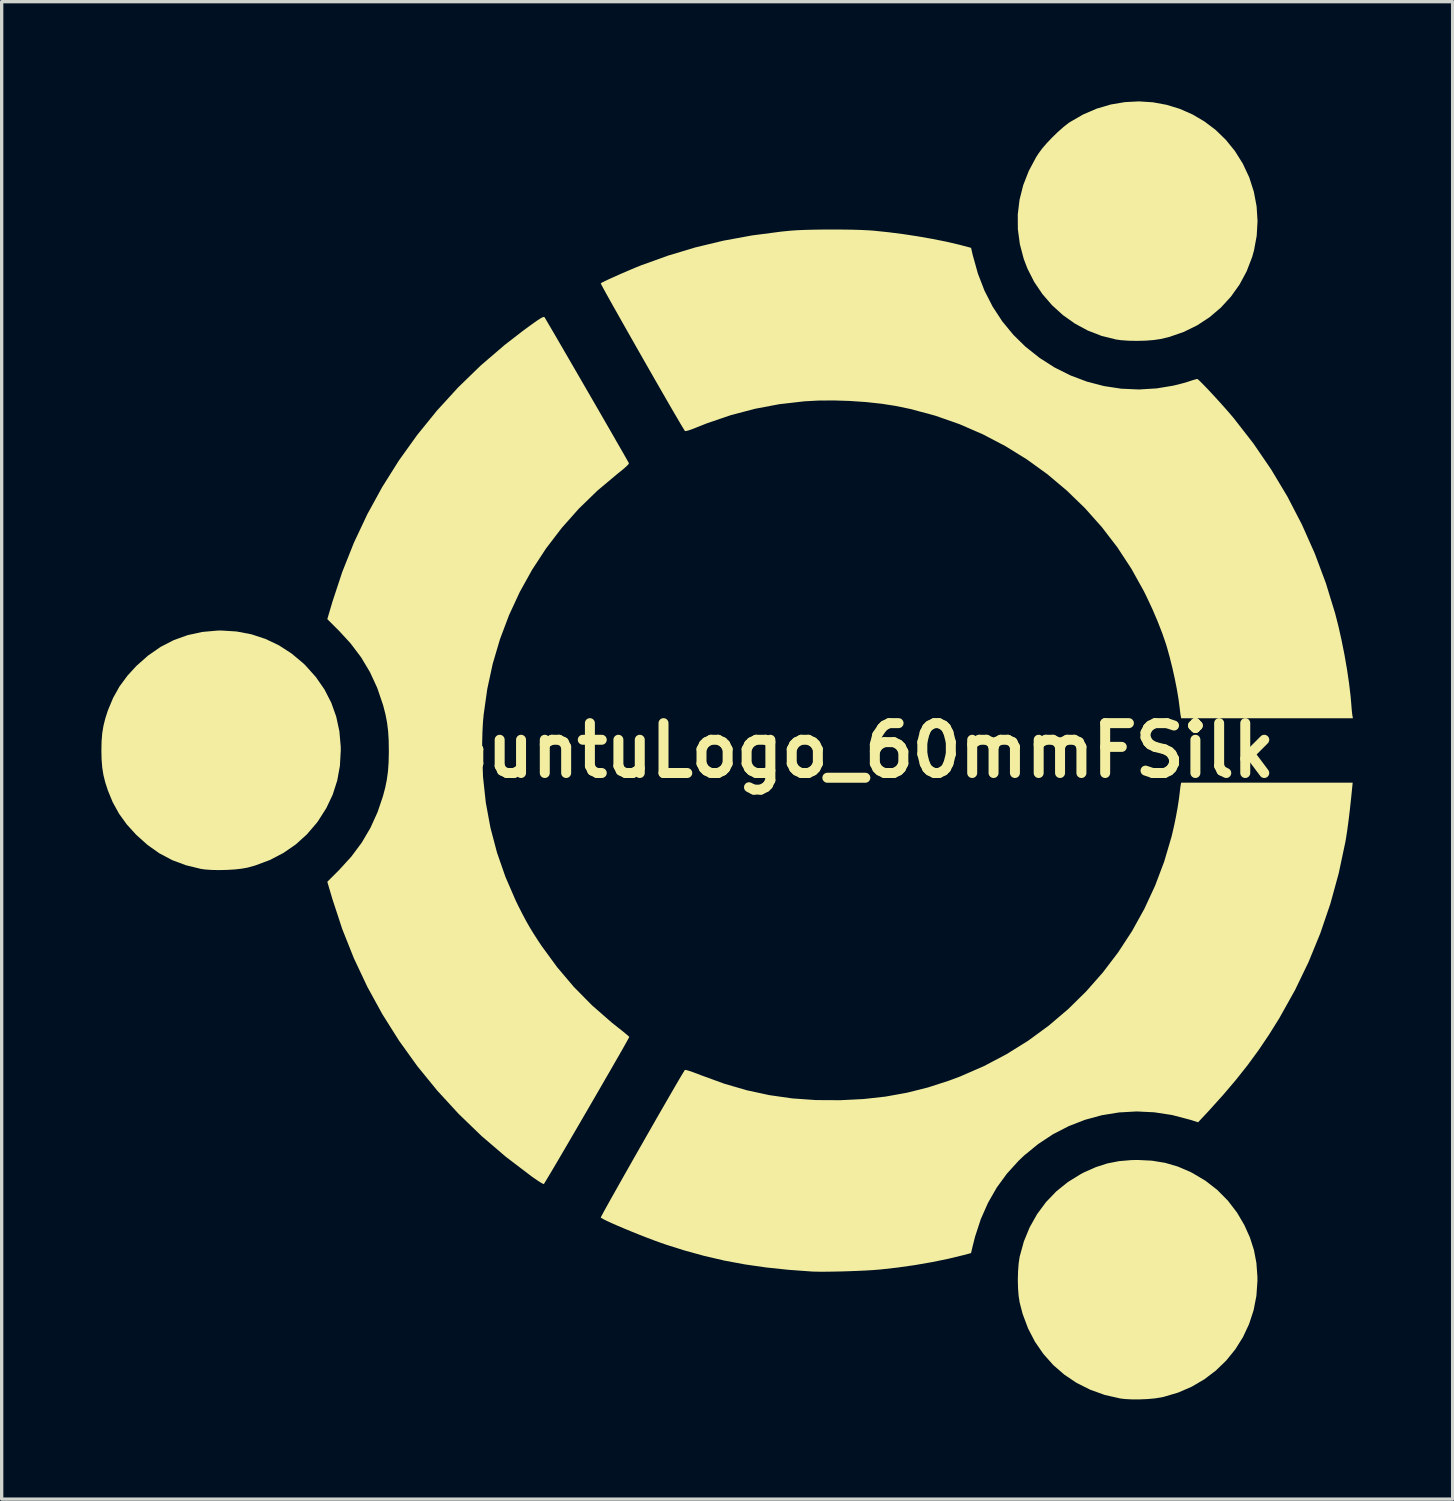
<source format=kicad_pcb>
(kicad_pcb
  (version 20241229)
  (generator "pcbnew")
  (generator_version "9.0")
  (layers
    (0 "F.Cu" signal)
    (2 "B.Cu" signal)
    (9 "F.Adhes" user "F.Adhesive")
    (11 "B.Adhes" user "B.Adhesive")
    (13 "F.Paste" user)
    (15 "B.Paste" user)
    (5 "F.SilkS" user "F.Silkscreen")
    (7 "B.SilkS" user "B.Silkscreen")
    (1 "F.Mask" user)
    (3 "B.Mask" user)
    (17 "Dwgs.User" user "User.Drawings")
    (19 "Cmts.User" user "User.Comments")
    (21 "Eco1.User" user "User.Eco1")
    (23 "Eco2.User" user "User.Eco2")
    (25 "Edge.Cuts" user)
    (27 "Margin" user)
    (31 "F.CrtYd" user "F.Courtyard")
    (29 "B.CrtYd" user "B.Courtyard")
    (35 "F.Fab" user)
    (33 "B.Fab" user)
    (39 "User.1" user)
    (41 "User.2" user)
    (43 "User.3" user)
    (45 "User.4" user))
  (footprint "UbuntuLogo_60mmFSilk"
    (layer "F.Cu")
    (at 21.981 19.525)
    (property "Reference" "UbuntuLogo_60mmFSilk" (at 0 0 0) (layer "F.SilkS") (effects (font (size 1.5 1.5) (thickness 0.3))))
    (attr board_only exclude_from_pos_files exclude_from_bom)
    (fp_poly (pts (xy 9.651 -19.498) (xy 10.062 -19.422) (xy 10.461 -19.3) (xy 10.842 -19.132) (xy 11.203 -18.92) (xy 11.539 -18.665) (xy 11.845 -18.368) (xy 12.118 -18.031) (xy 12.354 -17.654) (xy 12.548 -17.24) (xy 12.551 -17.232) (xy 12.687 -16.807) (xy 12.77 -16.368) (xy 12.798 -15.921) (xy 12.772 -15.476) (xy 12.691 -15.039) (xy 12.635 -14.841) (xy 12.47 -14.413) (xy 12.256 -14.015) (xy 11.997 -13.651) (xy 11.696 -13.323) (xy 11.358 -13.035) (xy 10.985 -12.79) (xy 10.581 -12.591) (xy 10.149 -12.441) (xy 9.887 -12.378) (xy 9.682 -12.347) (xy 9.441 -12.328) (xy 9.181 -12.321) (xy 8.925 -12.325) (xy 8.69 -12.342) (xy 8.54 -12.363) (xy 8.106 -12.471) (xy 7.693 -12.631) (xy 7.304 -12.841) (xy 6.944 -13.096) (xy 6.617 -13.393) (xy 6.327 -13.728) (xy 6.078 -14.097) (xy 5.875 -14.498) (xy 5.765 -14.786) (xy 5.648 -15.23) (xy 5.588 -15.677) (xy 5.585 -16.124) (xy 5.639 -16.568) (xy 5.749 -17.005) (xy 5.916 -17.432) (xy 6.137 -17.846) (xy 6.212 -17.962) (xy 6.318 -18.106) (xy 6.459 -18.27) (xy 6.622 -18.441) (xy 6.793 -18.607) (xy 6.96 -18.755) (xy 7.109 -18.872) (xy 7.146 -18.897) (xy 7.547 -19.129) (xy 7.96 -19.307) (xy 8.381 -19.431) (xy 8.806 -19.503) (xy 9.231 -19.525)) (stroke (width 0) (type solid)) (fill yes) (layer "F.SilkS"))
    (fp_poly (pts (xy -17.915 -3.579) (xy -17.471 -3.495) (xy -17.045 -3.355) (xy -16.64 -3.162) (xy -16.259 -2.916) (xy -15.904 -2.618) (xy -15.837 -2.552) (xy -15.526 -2.204) (xy -15.269 -1.832) (xy -15.066 -1.437) (xy -14.917 -1.018) (xy -14.822 -0.578) (xy -14.781 -0.115) (xy -14.78 0) (xy -14.806 0.464) (xy -14.887 0.906) (xy -15.022 1.328) (xy -15.213 1.731) (xy -15.46 2.12) (xy -15.505 2.181) (xy -15.8 2.525) (xy -16.134 2.827) (xy -16.505 3.083) (xy -16.912 3.295) (xy -17.353 3.46) (xy -17.582 3.524) (xy -17.753 3.555) (xy -17.964 3.579) (xy -18.199 3.593) (xy -18.441 3.599) (xy -18.672 3.594) (xy -18.875 3.579) (xy -18.991 3.562) (xy -19.437 3.453) (xy -19.849 3.3) (xy -20.231 3.098) (xy -20.59 2.845) (xy -20.931 2.54) (xy -21.217 2.226) (xy -21.451 1.901) (xy -21.642 1.554) (xy -21.786 1.203) (xy -21.865 0.959) (xy -21.921 0.734) (xy -21.956 0.51) (xy -21.975 0.267) (xy -21.981 0) (xy -21.975 -0.28) (xy -21.955 -0.522) (xy -21.918 -0.746) (xy -21.861 -0.971) (xy -21.786 -1.203) (xy -21.629 -1.58) (xy -21.436 -1.925) (xy -21.198 -2.248) (xy -20.931 -2.54) (xy -20.577 -2.854) (xy -20.202 -3.114) (xy -19.805 -3.319) (xy -19.387 -3.469) (xy -18.948 -3.565) (xy -18.489 -3.606) (xy -18.375 -3.608)) (stroke (width 0) (type solid)) (fill yes) (layer "F.SilkS"))
    (fp_poly (pts (xy 9.621 12.34) (xy 10.018 12.405) (xy 10.4 12.517) (xy 10.78 12.68) (xy 10.834 12.708) (xy 11.23 12.943) (xy 11.589 13.222) (xy 11.907 13.544) (xy 12.183 13.905) (xy 12.4 14.275) (xy 12.57 14.653) (xy 12.69 15.029) (xy 12.764 15.417) (xy 12.794 15.831) (xy 12.795 15.956) (xy 12.764 16.406) (xy 12.679 16.841) (xy 12.543 17.256) (xy 12.359 17.649) (xy 12.129 18.015) (xy 11.857 18.351) (xy 11.546 18.652) (xy 11.199 18.916) (xy 10.818 19.139) (xy 10.408 19.317) (xy 9.971 19.446) (xy 9.899 19.461) (xy 9.712 19.491) (xy 9.49 19.511) (xy 9.252 19.521) (xy 9.017 19.521) (xy 8.806 19.51) (xy 8.667 19.493) (xy 8.201 19.387) (xy 7.765 19.23) (xy 7.359 19.027) (xy 6.988 18.779) (xy 6.653 18.488) (xy 6.357 18.156) (xy 6.103 17.788) (xy 5.894 17.384) (xy 5.731 16.948) (xy 5.641 16.601) (xy 5.611 16.406) (xy 5.593 16.172) (xy 5.587 15.918) (xy 5.594 15.664) (xy 5.612 15.428) (xy 5.642 15.229) (xy 5.644 15.222) (xy 5.769 14.768) (xy 5.944 14.343) (xy 6.167 13.948) (xy 6.434 13.587) (xy 6.744 13.264) (xy 7.095 12.981) (xy 7.484 12.741) (xy 7.59 12.686) (xy 7.94 12.532) (xy 8.281 12.423) (xy 8.632 12.354) (xy 9.007 12.322) (xy 9.196 12.319)) (stroke (width 0) (type solid)) (fill yes) (layer "F.SilkS"))
    (fp_poly (pts (xy 15.646 1.107) (xy 15.61 1.462) (xy 15.573 1.801) (xy 15.535 2.115) (xy 15.497 2.396) (xy 15.461 2.633) (xy 15.44 2.753) (xy 15.24 3.696) (xy 14.989 4.61) (xy 14.687 5.498) (xy 14.333 6.363) (xy 13.925 7.209) (xy 13.462 8.038) (xy 13.445 8.066) (xy 13.145 8.547) (xy 12.835 9.007) (xy 12.507 9.456) (xy 12.153 9.903) (xy 11.766 10.359) (xy 11.338 10.834) (xy 11.241 10.938) (xy 11.01 11.185) (xy 10.762 11.107) (xy 10.229 10.967) (xy 9.694 10.885) (xy 9.161 10.859) (xy 8.632 10.889) (xy 8.113 10.973) (xy 7.607 11.111) (xy 7.116 11.302) (xy 6.645 11.545) (xy 6.198 11.84) (xy 5.777 12.184) (xy 5.61 12.343) (xy 5.257 12.732) (xy 4.951 13.152) (xy 4.691 13.606) (xy 4.474 14.096) (xy 4.301 14.625) (xy 4.231 14.9) (xy 4.18 15.12) (xy 3.93 15.186) (xy 3.488 15.293) (xy 3.003 15.392) (xy 2.491 15.481) (xy 1.97 15.555) (xy 1.454 15.613) (xy 1.417 15.616) (xy 1.245 15.63) (xy 1.034 15.643) (xy 0.795 15.654) (xy 0.542 15.664) (xy 0.284 15.672) (xy 0.034 15.677) (xy -0.197 15.68) (xy -0.397 15.68) (xy -0.554 15.677) (xy -0.601 15.675) (xy -1.316 15.623) (xy -1.985 15.552) (xy -2.62 15.461) (xy -3.233 15.347) (xy -3.834 15.208) (xy -4.435 15.043) (xy -4.986 14.869) (xy -5.163 14.808) (xy -5.363 14.735) (xy -5.579 14.653) (xy -5.802 14.566) (xy -6.025 14.476) (xy -6.241 14.387) (xy -6.443 14.301) (xy -6.621 14.223) (xy -6.771 14.155) (xy -6.882 14.099) (xy -6.949 14.06) (xy -6.96 14.052) (xy -6.948 14.025) (xy -6.909 13.951) (xy -6.847 13.836) (xy -6.762 13.683) (xy -6.659 13.498) (xy -6.538 13.284) (xy -6.404 13.045) (xy -6.259 12.788) (xy -6.104 12.515) (xy -5.943 12.231) (xy -5.778 11.942) (xy -5.612 11.65) (xy -5.447 11.362) (xy -5.286 11.08) (xy -5.131 10.811) (xy -4.985 10.557) (xy -4.85 10.324) (xy -4.73 10.116) (xy -4.626 9.938) (xy -4.541 9.794) (xy -4.477 9.688) (xy -4.438 9.625) (xy -4.427 9.61) (xy -4.394 9.612) (xy -4.316 9.634) (xy -4.202 9.672) (xy -4.062 9.723) (xy -3.926 9.776) (xy -3.239 10.026) (xy -2.562 10.223) (xy -1.885 10.369) (xy -1.197 10.467) (xy -0.49 10.517) (xy 0.246 10.521) (xy 0.248 10.521) (xy 0.946 10.486) (xy 1.61 10.412) (xy 2.252 10.296) (xy 2.885 10.137) (xy 3.519 9.932) (xy 3.857 9.805) (xy 4.568 9.495) (xy 5.25 9.135) (xy 5.901 8.729) (xy 6.518 8.277) (xy 7.099 7.783) (xy 7.642 7.249) (xy 8.145 6.678) (xy 8.606 6.072) (xy 9.023 5.433) (xy 9.394 4.763) (xy 9.717 4.066) (xy 9.99 3.343) (xy 10.21 2.597) (xy 10.235 2.493) (xy 10.292 2.246) (xy 10.346 1.98) (xy 10.394 1.715) (xy 10.432 1.469) (xy 10.456 1.276) (xy 10.468 1.169) (xy 10.48 1.077) (xy 10.488 1.034) (xy 10.501 0.968) (xy 13.08 0.968) (xy 15.66 0.968)) (stroke (width 0) (type solid)) (fill yes) (layer "F.SilkS"))
    (fp_poly (pts (xy -8.655 -13.037) (xy -8.653 -13.035) (xy -8.635 -13.006) (xy -8.591 -12.931) (xy -8.522 -12.814) (xy -8.432 -12.66) (xy -8.323 -12.474) (xy -8.198 -12.258) (xy -8.059 -12.019) (xy -7.909 -11.761) (xy -7.751 -11.488) (xy -7.587 -11.205) (xy -7.42 -10.916) (xy -7.252 -10.626) (xy -7.086 -10.339) (xy -6.925 -10.06) (xy -6.771 -9.793) (xy -6.627 -9.543) (xy -6.496 -9.314) (xy -6.379 -9.111) (xy -6.28 -8.939) (xy -6.202 -8.801) (xy -6.146 -8.702) (xy -6.116 -8.648) (xy -6.112 -8.639) (xy -6.129 -8.607) (xy -6.187 -8.547) (xy -6.282 -8.463) (xy -6.407 -8.361) (xy -6.458 -8.321) (xy -7.06 -7.816) (xy -7.619 -7.273) (xy -8.133 -6.694) (xy -8.602 -6.081) (xy -9.023 -5.438) (xy -9.396 -4.766) (xy -9.719 -4.069) (xy -9.99 -3.349) (xy -10.209 -2.608) (xy -10.373 -1.85) (xy -10.482 -1.076) (xy -10.499 -0.895) (xy -10.509 -0.743) (xy -10.518 -0.551) (xy -10.524 -0.339) (xy -10.528 -0.126) (xy -10.529 0) (xy -10.501 0.794) (xy -10.417 1.571) (xy -10.276 2.332) (xy -10.079 3.077) (xy -9.825 3.807) (xy -9.515 4.522) (xy -9.443 4.67) (xy -9.317 4.918) (xy -9.205 5.13) (xy -9.095 5.322) (xy -8.978 5.514) (xy -8.844 5.722) (xy -8.738 5.881) (xy -8.272 6.519) (xy -7.767 7.115) (xy -7.22 7.669) (xy -6.631 8.184) (xy -6.46 8.32) (xy -6.337 8.417) (xy -6.232 8.502) (xy -6.153 8.568) (xy -6.108 8.609) (xy -6.101 8.618) (xy -6.116 8.648) (xy -6.158 8.724) (xy -6.224 8.842) (xy -6.311 8.997) (xy -6.418 9.184) (xy -6.542 9.399) (xy -6.679 9.638) (xy -6.829 9.896) (xy -6.986 10.169) (xy -7.151 10.453) (xy -7.318 10.742) (xy -7.487 11.032) (xy -7.654 11.32) (xy -7.818 11.6) (xy -7.974 11.868) (xy -8.121 12.119) (xy -8.256 12.349) (xy -8.377 12.554) (xy -8.481 12.73) (xy -8.565 12.87) (xy -8.627 12.972) (xy -8.663 13.031) (xy -8.673 13.044) (xy -8.706 13.032) (xy -8.778 12.99) (xy -8.877 12.926) (xy -8.996 12.844) (xy -9.037 12.815) (xy -9.813 12.225) (xy -10.546 11.597) (xy -11.235 10.932) (xy -11.879 10.231) (xy -12.477 9.497) (xy -13.027 8.731) (xy -13.529 7.934) (xy -13.982 7.108) (xy -14.384 6.255) (xy -14.734 5.377) (xy -15.03 4.476) (xy -15.185 3.951) (xy -14.83 3.596) (xy -14.462 3.193) (xy -14.149 2.772) (xy -13.887 2.327) (xy -13.672 1.853) (xy -13.512 1.379) (xy -13.443 1.12) (xy -13.394 0.876) (xy -13.36 0.629) (xy -13.341 0.363) (xy -13.334 0.059) (xy -13.334 0) (xy -13.339 -0.312) (xy -13.356 -0.584) (xy -13.387 -0.833) (xy -13.433 -1.076) (xy -13.498 -1.331) (xy -13.512 -1.379) (xy -13.684 -1.884) (xy -13.902 -2.356) (xy -14.167 -2.8) (xy -14.484 -3.22) (xy -14.83 -3.596) (xy -15.185 -3.951) (xy -15.03 -4.476) (xy -14.734 -5.373) (xy -14.385 -6.249) (xy -13.984 -7.101) (xy -13.532 -7.926) (xy -13.031 -8.723) (xy -12.482 -9.489) (xy -11.888 -10.222) (xy -11.25 -10.92) (xy -10.57 -11.58) (xy -9.848 -12.2) (xy -9.311 -12.615) (xy -9.119 -12.757) (xy -8.968 -12.865) (xy -8.854 -12.945) (xy -8.77 -12.998) (xy -8.713 -13.029) (xy -8.676 -13.041)) (stroke (width 0) (type solid)) (fill yes) (layer "F.SilkS"))
    (fp_poly (pts (xy 0.338 -15.669) (xy 0.624 -15.665) (xy 0.885 -15.657) (xy 1.109 -15.646) (xy 1.247 -15.636) (xy 1.68 -15.591) (xy 2.13 -15.534) (xy 2.582 -15.465) (xy 3.024 -15.387) (xy 3.44 -15.304) (xy 3.816 -15.216) (xy 3.93 -15.186) (xy 4.18 -15.12) (xy 4.231 -14.9) (xy 4.386 -14.345) (xy 4.585 -13.829) (xy 4.83 -13.35) (xy 5.119 -12.908) (xy 5.454 -12.501) (xy 5.814 -12.148) (xy 6.241 -11.809) (xy 6.695 -11.519) (xy 7.172 -11.281) (xy 7.669 -11.094) (xy 8.181 -10.961) (xy 8.704 -10.882) (xy 9.235 -10.859) (xy 9.769 -10.892) (xy 10.257 -10.973) (xy 10.41 -11.009) (xy 10.571 -11.052) (xy 10.712 -11.094) (xy 10.739 -11.103) (xy 10.845 -11.138) (xy 10.932 -11.163) (xy 10.982 -11.175) (xy 10.985 -11.175) (xy 11.016 -11.154) (xy 11.079 -11.095) (xy 11.169 -11.004) (xy 11.281 -10.889) (xy 11.407 -10.754) (xy 11.543 -10.607) (xy 11.683 -10.453) (xy 11.82 -10.299) (xy 11.949 -10.152) (xy 12.064 -10.017) (xy 12.09 -9.985) (xy 12.672 -9.237) (xy 13.207 -8.454) (xy 13.695 -7.64) (xy 14.132 -6.797) (xy 14.519 -5.927) (xy 14.853 -5.034) (xy 15.133 -4.121) (xy 15.133 -4.121) (xy 15.233 -3.729) (xy 15.327 -3.309) (xy 15.414 -2.874) (xy 15.489 -2.44) (xy 15.551 -2.021) (xy 15.597 -1.633) (xy 15.618 -1.393) (xy 15.628 -1.264) (xy 15.639 -1.149) (xy 15.649 -1.067) (xy 15.652 -1.049) (xy 15.667 -0.968) (xy 13.084 -0.968) (xy 10.501 -0.968) (xy 10.488 -1.034) (xy 10.477 -1.099) (xy 10.465 -1.197) (xy 10.456 -1.276) (xy 10.422 -1.537) (xy 10.372 -1.838) (xy 10.308 -2.161) (xy 10.234 -2.492) (xy 10.154 -2.813) (xy 10.071 -3.11) (xy 10.045 -3.197) (xy 9.932 -3.525) (xy 9.792 -3.885) (xy 9.631 -4.261) (xy 9.455 -4.636) (xy 9.377 -4.794) (xy 9.001 -5.47) (xy 8.579 -6.113) (xy 8.113 -6.72) (xy 7.605 -7.29) (xy 7.058 -7.82) (xy 6.475 -8.31) (xy 5.858 -8.756) (xy 5.209 -9.157) (xy 4.533 -9.511) (xy 3.83 -9.816) (xy 3.105 -10.07) (xy 2.359 -10.271) (xy 1.906 -10.365) (xy 1.479 -10.431) (xy 1.013 -10.481) (xy 0.528 -10.514) (xy 0.043 -10.529) (xy -0.425 -10.525) (xy -0.832 -10.503) (xy -1.588 -10.416) (xy -2.324 -10.277) (xy -3.048 -10.086) (xy -3.769 -9.84) (xy -4.1 -9.708) (xy -4.229 -9.658) (xy -4.333 -9.623) (xy -4.402 -9.607) (xy -4.426 -9.609) (xy -4.45 -9.645) (xy -4.5 -9.727) (xy -4.574 -9.85) (xy -4.667 -10.01) (xy -4.779 -10.201) (xy -4.906 -10.42) (xy -5.046 -10.663) (xy -5.196 -10.924) (xy -5.354 -11.199) (xy -5.517 -11.484) (xy -5.683 -11.774) (xy -5.849 -12.066) (xy -6.012 -12.353) (xy -6.171 -12.633) (xy -6.322 -12.9) (xy -6.463 -13.15) (xy -6.592 -13.378) (xy -6.705 -13.581) (xy -6.801 -13.753) (xy -6.876 -13.89) (xy -6.929 -13.988) (xy -6.956 -14.042) (xy -6.96 -14.052) (xy -6.92 -14.076) (xy -6.835 -14.119) (xy -6.714 -14.176) (xy -6.567 -14.243) (xy -6.401 -14.317) (xy -6.227 -14.393) (xy -6.053 -14.467) (xy -5.889 -14.536) (xy -5.749 -14.592) (xy -4.933 -14.886) (xy -4.111 -15.133) (xy -3.275 -15.334) (xy -2.414 -15.492) (xy -1.521 -15.609) (xy -1.232 -15.637) (xy -1.047 -15.65) (xy -0.816 -15.659) (xy -0.55 -15.666) (xy -0.261 -15.67) (xy 0.039 -15.671)) (stroke (width 0) (type solid)) (fill yes) (layer "F.SilkS")))
  (gr_rect
    (start -3 -3)
    (end 40.648 42.046)
    (stroke (width 0.1) (type default))
    (fill no)
    (layer "Edge.Cuts")))
</source>
